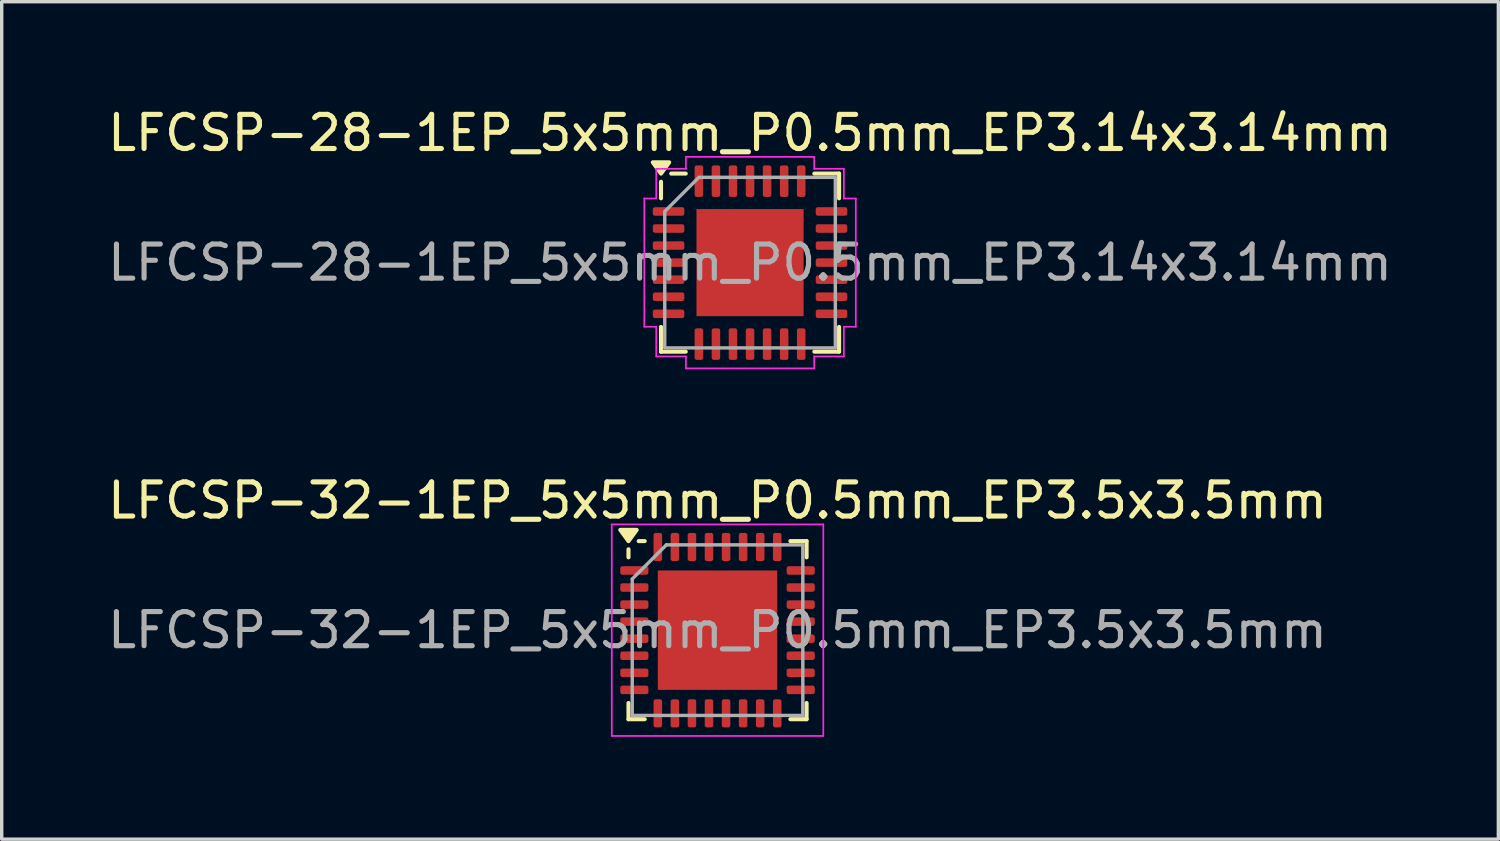
<source format=kicad_pcb>
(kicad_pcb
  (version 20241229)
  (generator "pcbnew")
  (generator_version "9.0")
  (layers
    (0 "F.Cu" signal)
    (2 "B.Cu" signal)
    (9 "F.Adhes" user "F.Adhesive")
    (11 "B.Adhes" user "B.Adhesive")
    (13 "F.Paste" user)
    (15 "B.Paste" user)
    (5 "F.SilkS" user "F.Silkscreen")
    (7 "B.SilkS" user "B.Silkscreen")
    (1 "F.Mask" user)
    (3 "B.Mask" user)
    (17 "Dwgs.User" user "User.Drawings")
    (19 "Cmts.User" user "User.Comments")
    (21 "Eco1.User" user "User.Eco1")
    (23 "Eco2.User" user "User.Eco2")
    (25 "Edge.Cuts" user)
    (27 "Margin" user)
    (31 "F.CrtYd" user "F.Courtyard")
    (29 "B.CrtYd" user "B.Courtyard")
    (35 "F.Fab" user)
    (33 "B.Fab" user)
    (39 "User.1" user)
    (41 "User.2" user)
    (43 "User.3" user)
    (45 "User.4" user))
  (footprint "LFCSP-28-1EP_5x5mm_P0.5mm_EP3.14x3.14mm"
    (layer "F.Cu")
    (at 18.935 4.648)
    (property "Reference" "LFCSP-28-1EP_5x5mm_P0.5mm_EP3.14x3.14mm" (at 0 -3.8 0) (layer "F.SilkS") (effects (font (size 1 1) (thickness 0.15))))
    (attr smd)
    (fp_line (start -2.61 -1.885) (end -2.61 -2.37) (stroke (width 0.12) (type solid)) (layer "F.SilkS"))
    (fp_line (start -2.61 2.61) (end -2.61 1.885) (stroke (width 0.12) (type solid)) (layer "F.SilkS"))
    (fp_line (start -1.885 -2.61) (end -2.31 -2.61) (stroke (width 0.12) (type solid)) (layer "F.SilkS"))
    (fp_line (start -1.885 2.61) (end -2.61 2.61) (stroke (width 0.12) (type solid)) (layer "F.SilkS"))
    (fp_line (start 1.885 -2.61) (end 2.61 -2.61) (stroke (width 0.12) (type solid)) (layer "F.SilkS"))
    (fp_line (start 1.885 2.61) (end 2.61 2.61) (stroke (width 0.12) (type solid)) (layer "F.SilkS"))
    (fp_line (start 2.61 -2.61) (end 2.61 -1.885) (stroke (width 0.12) (type solid)) (layer "F.SilkS"))
    (fp_line (start 2.61 2.61) (end 2.61 1.885) (stroke (width 0.12) (type solid)) (layer "F.SilkS"))
    (fp_poly (pts (xy -2.61 -2.61) (xy -2.85 -2.94) (xy -2.37 -2.94)) (stroke (width 0.12) (type solid)) (fill yes) (layer "F.SilkS"))
    (fp_line (start -3.1 -1.88) (end -2.75 -1.88) (stroke (width 0.05) (type solid)) (layer "F.CrtYd"))
    (fp_line (start -3.1 1.88) (end -3.1 -1.88) (stroke (width 0.05) (type solid)) (layer "F.CrtYd"))
    (fp_line (start -2.75 -2.75) (end -1.88 -2.75) (stroke (width 0.05) (type solid)) (layer "F.CrtYd"))
    (fp_line (start -2.75 -1.88) (end -2.75 -2.75) (stroke (width 0.05) (type solid)) (layer "F.CrtYd"))
    (fp_line (start -2.75 1.88) (end -3.1 1.88) (stroke (width 0.05) (type solid)) (layer "F.CrtYd"))
    (fp_line (start -2.75 2.75) (end -2.75 1.88) (stroke (width 0.05) (type solid)) (layer "F.CrtYd"))
    (fp_line (start -1.88 -3.1) (end 1.88 -3.1) (stroke (width 0.05) (type solid)) (layer "F.CrtYd"))
    (fp_line (start -1.88 -2.75) (end -1.88 -3.1) (stroke (width 0.05) (type solid)) (layer "F.CrtYd"))
    (fp_line (start -1.88 2.75) (end -2.75 2.75) (stroke (width 0.05) (type solid)) (layer "F.CrtYd"))
    (fp_line (start -1.88 3.1) (end -1.88 2.75) (stroke (width 0.05) (type solid)) (layer "F.CrtYd"))
    (fp_line (start 1.88 -3.1) (end 1.88 -2.75) (stroke (width 0.05) (type solid)) (layer "F.CrtYd"))
    (fp_line (start 1.88 -2.75) (end 2.75 -2.75) (stroke (width 0.05) (type solid)) (layer "F.CrtYd"))
    (fp_line (start 1.88 2.75) (end 1.88 3.1) (stroke (width 0.05) (type solid)) (layer "F.CrtYd"))
    (fp_line (start 1.88 3.1) (end -1.88 3.1) (stroke (width 0.05) (type solid)) (layer "F.CrtYd"))
    (fp_line (start 2.75 -2.75) (end 2.75 -1.88) (stroke (width 0.05) (type solid)) (layer "F.CrtYd"))
    (fp_line (start 2.75 -1.88) (end 3.1 -1.88) (stroke (width 0.05) (type solid)) (layer "F.CrtYd"))
    (fp_line (start 2.75 1.88) (end 2.75 2.75) (stroke (width 0.05) (type solid)) (layer "F.CrtYd"))
    (fp_line (start 2.75 2.75) (end 1.88 2.75) (stroke (width 0.05) (type solid)) (layer "F.CrtYd"))
    (fp_line (start 3.1 -1.88) (end 3.1 1.88) (stroke (width 0.05) (type solid)) (layer "F.CrtYd"))
    (fp_line (start 3.1 1.88) (end 2.75 1.88) (stroke (width 0.05) (type solid)) (layer "F.CrtYd"))
    (fp_poly (pts (xy -2.5 -1.5) (xy -2.5 2.5) (xy 2.5 2.5) (xy 2.5 -2.5) (xy -1.5 -2.5)) (stroke (width 0.1) (type solid)) (fill no) (layer "F.Fab"))
    (fp_text user "${REFERENCE}" (at 0 0 0) (layer "F.Fab") (effects (font (size 1 1) (thickness 0.15))))
    (pad "" smd roundrect (at -0.785 -0.785) (size 1.27 1.27) (layers "F.Paste") (roundrect_rratio 0.197))
    (pad "" smd roundrect (at -0.785 0.785) (size 1.27 1.27) (layers "F.Paste") (roundrect_rratio 0.197))
    (pad "" smd roundrect (at 0.785 -0.785) (size 1.27 1.27) (layers "F.Paste") (roundrect_rratio 0.197))
    (pad "" smd roundrect (at 0.785 0.785) (size 1.27 1.27) (layers "F.Paste") (roundrect_rratio 0.197))
    (pad "1" smd roundrect (at -2.388 -1.5) (size 0.925 0.25) (layers "F.Cu" "F.Mask" "F.Paste") (roundrect_rratio 0.25))
    (pad "2" smd roundrect (at -2.388 -1) (size 0.925 0.25) (layers "F.Cu" "F.Mask" "F.Paste") (roundrect_rratio 0.25))
    (pad "3" smd roundrect (at -2.388 -0.5) (size 0.925 0.25) (layers "F.Cu" "F.Mask" "F.Paste") (roundrect_rratio 0.25))
    (pad "4" smd roundrect (at -2.388 0) (size 0.925 0.25) (layers "F.Cu" "F.Mask" "F.Paste") (roundrect_rratio 0.25))
    (pad "5" smd roundrect (at -2.388 0.5) (size 0.925 0.25) (layers "F.Cu" "F.Mask" "F.Paste") (roundrect_rratio 0.25))
    (pad "6" smd roundrect (at -2.388 1) (size 0.925 0.25) (layers "F.Cu" "F.Mask" "F.Paste") (roundrect_rratio 0.25))
    (pad "7" smd roundrect (at -2.388 1.5) (size 0.925 0.25) (layers "F.Cu" "F.Mask" "F.Paste") (roundrect_rratio 0.25))
    (pad "8" smd roundrect (at -1.5 2.388) (size 0.25 0.925) (layers "F.Cu" "F.Mask" "F.Paste") (roundrect_rratio 0.25))
    (pad "9" smd roundrect (at -1 2.388) (size 0.25 0.925) (layers "F.Cu" "F.Mask" "F.Paste") (roundrect_rratio 0.25))
    (pad "10" smd roundrect (at -0.5 2.388) (size 0.25 0.925) (layers "F.Cu" "F.Mask" "F.Paste") (roundrect_rratio 0.25))
    (pad "11" smd roundrect (at 0 2.388) (size 0.25 0.925) (layers "F.Cu" "F.Mask" "F.Paste") (roundrect_rratio 0.25))
    (pad "12" smd roundrect (at 0.5 2.388) (size 0.25 0.925) (layers "F.Cu" "F.Mask" "F.Paste") (roundrect_rratio 0.25))
    (pad "13" smd roundrect (at 1 2.388) (size 0.25 0.925) (layers "F.Cu" "F.Mask" "F.Paste") (roundrect_rratio 0.25))
    (pad "14" smd roundrect (at 1.5 2.388) (size 0.25 0.925) (layers "F.Cu" "F.Mask" "F.Paste") (roundrect_rratio 0.25))
    (pad "15" smd roundrect (at 2.388 1.5) (size 0.925 0.25) (layers "F.Cu" "F.Mask" "F.Paste") (roundrect_rratio 0.25))
    (pad "16" smd roundrect (at 2.388 1) (size 0.925 0.25) (layers "F.Cu" "F.Mask" "F.Paste") (roundrect_rratio 0.25))
    (pad "17" smd roundrect (at 2.388 0.5) (size 0.925 0.25) (layers "F.Cu" "F.Mask" "F.Paste") (roundrect_rratio 0.25))
    (pad "18" smd roundrect (at 2.388 0) (size 0.925 0.25) (layers "F.Cu" "F.Mask" "F.Paste") (roundrect_rratio 0.25))
    (pad "19" smd roundrect (at 2.388 -0.5) (size 0.925 0.25) (layers "F.Cu" "F.Mask" "F.Paste") (roundrect_rratio 0.25))
    (pad "20" smd roundrect (at 2.388 -1) (size 0.925 0.25) (layers "F.Cu" "F.Mask" "F.Paste") (roundrect_rratio 0.25))
    (pad "21" smd roundrect (at 2.388 -1.5) (size 0.925 0.25) (layers "F.Cu" "F.Mask" "F.Paste") (roundrect_rratio 0.25))
    (pad "22" smd roundrect (at 1.5 -2.388) (size 0.25 0.925) (layers "F.Cu" "F.Mask" "F.Paste") (roundrect_rratio 0.25))
    (pad "23" smd roundrect (at 1 -2.388) (size 0.25 0.925) (layers "F.Cu" "F.Mask" "F.Paste") (roundrect_rratio 0.25))
    (pad "24" smd roundrect (at 0.5 -2.388) (size 0.25 0.925) (layers "F.Cu" "F.Mask" "F.Paste") (roundrect_rratio 0.25))
    (pad "25" smd roundrect (at 0 -2.388) (size 0.25 0.925) (layers "F.Cu" "F.Mask" "F.Paste") (roundrect_rratio 0.25))
    (pad "26" smd roundrect (at -0.5 -2.388) (size 0.25 0.925) (layers "F.Cu" "F.Mask" "F.Paste") (roundrect_rratio 0.25))
    (pad "27" smd roundrect (at -1 -2.388) (size 0.25 0.925) (layers "F.Cu" "F.Mask" "F.Paste") (roundrect_rratio 0.25))
    (pad "28" smd roundrect (at -1.5 -2.388) (size 0.25 0.925) (layers "F.Cu" "F.Mask" "F.Paste") (roundrect_rratio 0.25))
    (pad "29" smd rect (at 0 0) (size 3.14 3.14) (property pad_prop_heatsink) (layers "F.Cu" "F.Mask")))
  (footprint "LFCSP-32-1EP_5x5mm_P0.5mm_EP3.5x3.5mm"
    (layer "F.Cu")
    (at 17.982 15.421)
    (property "Reference" "LFCSP-32-1EP_5x5mm_P0.5mm_EP3.5x3.5mm" (at 0 -3.8 0) (layer "F.SilkS") (effects (font (size 1 1) (thickness 0.15))))
    (attr smd)
    (fp_line (start -2.61 -2.135) (end -2.61 -2.37) (stroke (width 0.12) (type solid)) (layer "F.SilkS"))
    (fp_line (start -2.61 2.61) (end -2.61 2.135) (stroke (width 0.12) (type solid)) (layer "F.SilkS"))
    (fp_line (start -2.135 -2.61) (end -2.31 -2.61) (stroke (width 0.12) (type solid)) (layer "F.SilkS"))
    (fp_line (start -2.135 2.61) (end -2.61 2.61) (stroke (width 0.12) (type solid)) (layer "F.SilkS"))
    (fp_line (start 2.135 -2.61) (end 2.61 -2.61) (stroke (width 0.12) (type solid)) (layer "F.SilkS"))
    (fp_line (start 2.135 2.61) (end 2.61 2.61) (stroke (width 0.12) (type solid)) (layer "F.SilkS"))
    (fp_line (start 2.61 -2.61) (end 2.61 -2.135) (stroke (width 0.12) (type solid)) (layer "F.SilkS"))
    (fp_line (start 2.61 2.61) (end 2.61 2.135) (stroke (width 0.12) (type solid)) (layer "F.SilkS"))
    (fp_poly (pts (xy -2.61 -2.61) (xy -2.85 -2.94) (xy -2.37 -2.94) (xy -2.61 -2.61)) (stroke (width 0.12) (type solid)) (fill yes) (layer "F.SilkS"))
    (fp_line (start -3.1 -3.1) (end -3.1 3.1) (stroke (width 0.05) (type solid)) (layer "F.CrtYd"))
    (fp_line (start -3.1 3.1) (end 3.1 3.1) (stroke (width 0.05) (type solid)) (layer "F.CrtYd"))
    (fp_line (start 3.1 -3.1) (end -3.1 -3.1) (stroke (width 0.05) (type solid)) (layer "F.CrtYd"))
    (fp_line (start 3.1 3.1) (end 3.1 -3.1) (stroke (width 0.05) (type solid)) (layer "F.CrtYd"))
    (fp_line (start -2.5 -1.5) (end -1.5 -2.5) (stroke (width 0.1) (type solid)) (layer "F.Fab"))
    (fp_line (start -2.5 2.5) (end -2.5 -1.5) (stroke (width 0.1) (type solid)) (layer "F.Fab"))
    (fp_line (start -1.5 -2.5) (end 2.5 -2.5) (stroke (width 0.1) (type solid)) (layer "F.Fab"))
    (fp_line (start 2.5 -2.5) (end 2.5 2.5) (stroke (width 0.1) (type solid)) (layer "F.Fab"))
    (fp_line (start 2.5 2.5) (end -2.5 2.5) (stroke (width 0.1) (type solid)) (layer "F.Fab"))
    (fp_text user "${REFERENCE}" (at 0 0 0) (layer "F.Fab") (effects (font (size 1 1) (thickness 0.15))))
    (pad "" smd roundrect (at -0.875 -0.875) (size 1.41 1.41) (layers "F.Paste") (roundrect_rratio 0.177))
    (pad "" smd roundrect (at -0.875 0.875) (size 1.41 1.41) (layers "F.Paste") (roundrect_rratio 0.177))
    (pad "" smd roundrect (at 0.875 -0.875) (size 1.41 1.41) (layers "F.Paste") (roundrect_rratio 0.177))
    (pad "" smd roundrect (at 0.875 0.875) (size 1.41 1.41) (layers "F.Paste") (roundrect_rratio 0.177))
    (pad "1" smd roundrect (at -2.438 -1.75) (size 0.825 0.25) (layers "F.Cu" "F.Mask" "F.Paste") (roundrect_rratio 0.25))
    (pad "2" smd roundrect (at -2.438 -1.25) (size 0.825 0.25) (layers "F.Cu" "F.Mask" "F.Paste") (roundrect_rratio 0.25))
    (pad "3" smd roundrect (at -2.438 -0.75) (size 0.825 0.25) (layers "F.Cu" "F.Mask" "F.Paste") (roundrect_rratio 0.25))
    (pad "4" smd roundrect (at -2.438 -0.25) (size 0.825 0.25) (layers "F.Cu" "F.Mask" "F.Paste") (roundrect_rratio 0.25))
    (pad "5" smd roundrect (at -2.438 0.25) (size 0.825 0.25) (layers "F.Cu" "F.Mask" "F.Paste") (roundrect_rratio 0.25))
    (pad "6" smd roundrect (at -2.438 0.75) (size 0.825 0.25) (layers "F.Cu" "F.Mask" "F.Paste") (roundrect_rratio 0.25))
    (pad "7" smd roundrect (at -2.438 1.25) (size 0.825 0.25) (layers "F.Cu" "F.Mask" "F.Paste") (roundrect_rratio 0.25))
    (pad "8" smd roundrect (at -2.438 1.75) (size 0.825 0.25) (layers "F.Cu" "F.Mask" "F.Paste") (roundrect_rratio 0.25))
    (pad "9" smd roundrect (at -1.75 2.438) (size 0.25 0.825) (layers "F.Cu" "F.Mask" "F.Paste") (roundrect_rratio 0.25))
    (pad "10" smd roundrect (at -1.25 2.438) (size 0.25 0.825) (layers "F.Cu" "F.Mask" "F.Paste") (roundrect_rratio 0.25))
    (pad "11" smd roundrect (at -0.75 2.438) (size 0.25 0.825) (layers "F.Cu" "F.Mask" "F.Paste") (roundrect_rratio 0.25))
    (pad "12" smd roundrect (at -0.25 2.438) (size 0.25 0.825) (layers "F.Cu" "F.Mask" "F.Paste") (roundrect_rratio 0.25))
    (pad "13" smd roundrect (at 0.25 2.438) (size 0.25 0.825) (layers "F.Cu" "F.Mask" "F.Paste") (roundrect_rratio 0.25))
    (pad "14" smd roundrect (at 0.75 2.438) (size 0.25 0.825) (layers "F.Cu" "F.Mask" "F.Paste") (roundrect_rratio 0.25))
    (pad "15" smd roundrect (at 1.25 2.438) (size 0.25 0.825) (layers "F.Cu" "F.Mask" "F.Paste") (roundrect_rratio 0.25))
    (pad "16" smd roundrect (at 1.75 2.438) (size 0.25 0.825) (layers "F.Cu" "F.Mask" "F.Paste") (roundrect_rratio 0.25))
    (pad "17" smd roundrect (at 2.438 1.75) (size 0.825 0.25) (layers "F.Cu" "F.Mask" "F.Paste") (roundrect_rratio 0.25))
    (pad "18" smd roundrect (at 2.438 1.25) (size 0.825 0.25) (layers "F.Cu" "F.Mask" "F.Paste") (roundrect_rratio 0.25))
    (pad "19" smd roundrect (at 2.438 0.75) (size 0.825 0.25) (layers "F.Cu" "F.Mask" "F.Paste") (roundrect_rratio 0.25))
    (pad "20" smd roundrect (at 2.438 0.25) (size 0.825 0.25) (layers "F.Cu" "F.Mask" "F.Paste") (roundrect_rratio 0.25))
    (pad "21" smd roundrect (at 2.438 -0.25) (size 0.825 0.25) (layers "F.Cu" "F.Mask" "F.Paste") (roundrect_rratio 0.25))
    (pad "22" smd roundrect (at 2.438 -0.75) (size 0.825 0.25) (layers "F.Cu" "F.Mask" "F.Paste") (roundrect_rratio 0.25))
    (pad "23" smd roundrect (at 2.438 -1.25) (size 0.825 0.25) (layers "F.Cu" "F.Mask" "F.Paste") (roundrect_rratio 0.25))
    (pad "24" smd roundrect (at 2.438 -1.75) (size 0.825 0.25) (layers "F.Cu" "F.Mask" "F.Paste") (roundrect_rratio 0.25))
    (pad "25" smd roundrect (at 1.75 -2.438) (size 0.25 0.825) (layers "F.Cu" "F.Mask" "F.Paste") (roundrect_rratio 0.25))
    (pad "26" smd roundrect (at 1.25 -2.438) (size 0.25 0.825) (layers "F.Cu" "F.Mask" "F.Paste") (roundrect_rratio 0.25))
    (pad "27" smd roundrect (at 0.75 -2.438) (size 0.25 0.825) (layers "F.Cu" "F.Mask" "F.Paste") (roundrect_rratio 0.25))
    (pad "28" smd roundrect (at 0.25 -2.438) (size 0.25 0.825) (layers "F.Cu" "F.Mask" "F.Paste") (roundrect_rratio 0.25))
    (pad "29" smd roundrect (at -0.25 -2.438) (size 0.25 0.825) (layers "F.Cu" "F.Mask" "F.Paste") (roundrect_rratio 0.25))
    (pad "30" smd roundrect (at -0.75 -2.438) (size 0.25 0.825) (layers "F.Cu" "F.Mask" "F.Paste") (roundrect_rratio 0.25))
    (pad "31" smd roundrect (at -1.25 -2.438) (size 0.25 0.825) (layers "F.Cu" "F.Mask" "F.Paste") (roundrect_rratio 0.25))
    (pad "32" smd roundrect (at -1.75 -2.438) (size 0.25 0.825) (layers "F.Cu" "F.Mask" "F.Paste") (roundrect_rratio 0.25))
    (pad "33" smd rect (at 0 0) (size 3.5 3.5) (property pad_prop_heatsink) (layers "F.Cu" "F.Mask")))
  (gr_rect
    (start -3 -3)
    (end 40.869 21.547)
    (stroke (width 0.1) (type default))
    (fill no)
    (layer "Edge.Cuts")))
</source>
